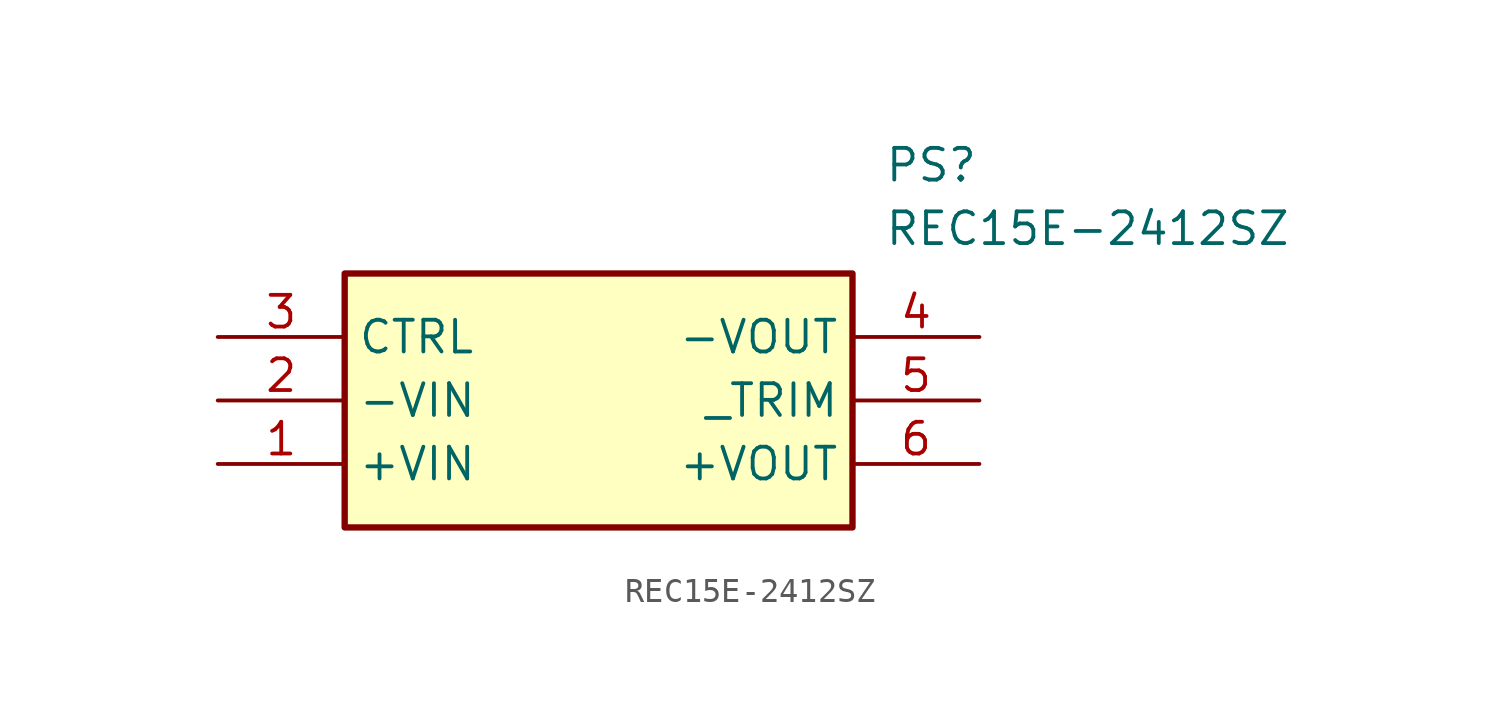
<source format=kicad_sym>
(kicad_symbol_lib
  (version 20211014)
  (generator SamacSys_ECAD_Model)
  (symbol "REC15E-2412SZ"
    (property "Reference" "PS"
      (at 26.67 7.62 0)
      (effects (font (size 1.27 1.27)) (justify left top)))
    (property "Value" "REC15E-2412SZ"
      (at 26.67 5.08 0)
      (effects (font (size 1.27 1.27)) (justify left top)))
    (rectangle
      (start 5.08 2.54)
      (end 25.4 -7.62)
      (stroke (width 0.254) (type default))
      (fill (type background)))
    (pin passive line
      (at 0 -5.08 0)
      (length 5.08)
      (name "+VIN" (effects (font (size 1.27 1.27))))
      (number "1" (effects (font (size 1.27 1.27)))))
    (pin passive line
      (at 0 -2.54 0)
      (length 5.08)
      (name "-VIN" (effects (font (size 1.27 1.27))))
      (number "2" (effects (font (size 1.27 1.27)))))
    (pin passive line
      (at 0 0 0)
      (length 5.08)
      (name "CTRL" (effects (font (size 1.27 1.27))))
      (number "3" (effects (font (size 1.27 1.27)))))
    (pin passive line
      (at 30.48 0 180)
      (length 5.08)
      (name "-VOUT" (effects (font (size 1.27 1.27))))
      (number "4" (effects (font (size 1.27 1.27)))))
    (pin passive line
      (at 30.48 -2.54 180)
      (length 5.08)
      (name "_TRIM" (effects (font (size 1.27 1.27))))
      (number "5" (effects (font (size 1.27 1.27)))))
    (pin passive line
      (at 30.48 -5.08 180)
      (length 5.08)
      (name "+VOUT" (effects (font (size 1.27 1.27))))
      (number "6" (effects (font (size 1.27 1.27)))))))
</source>
